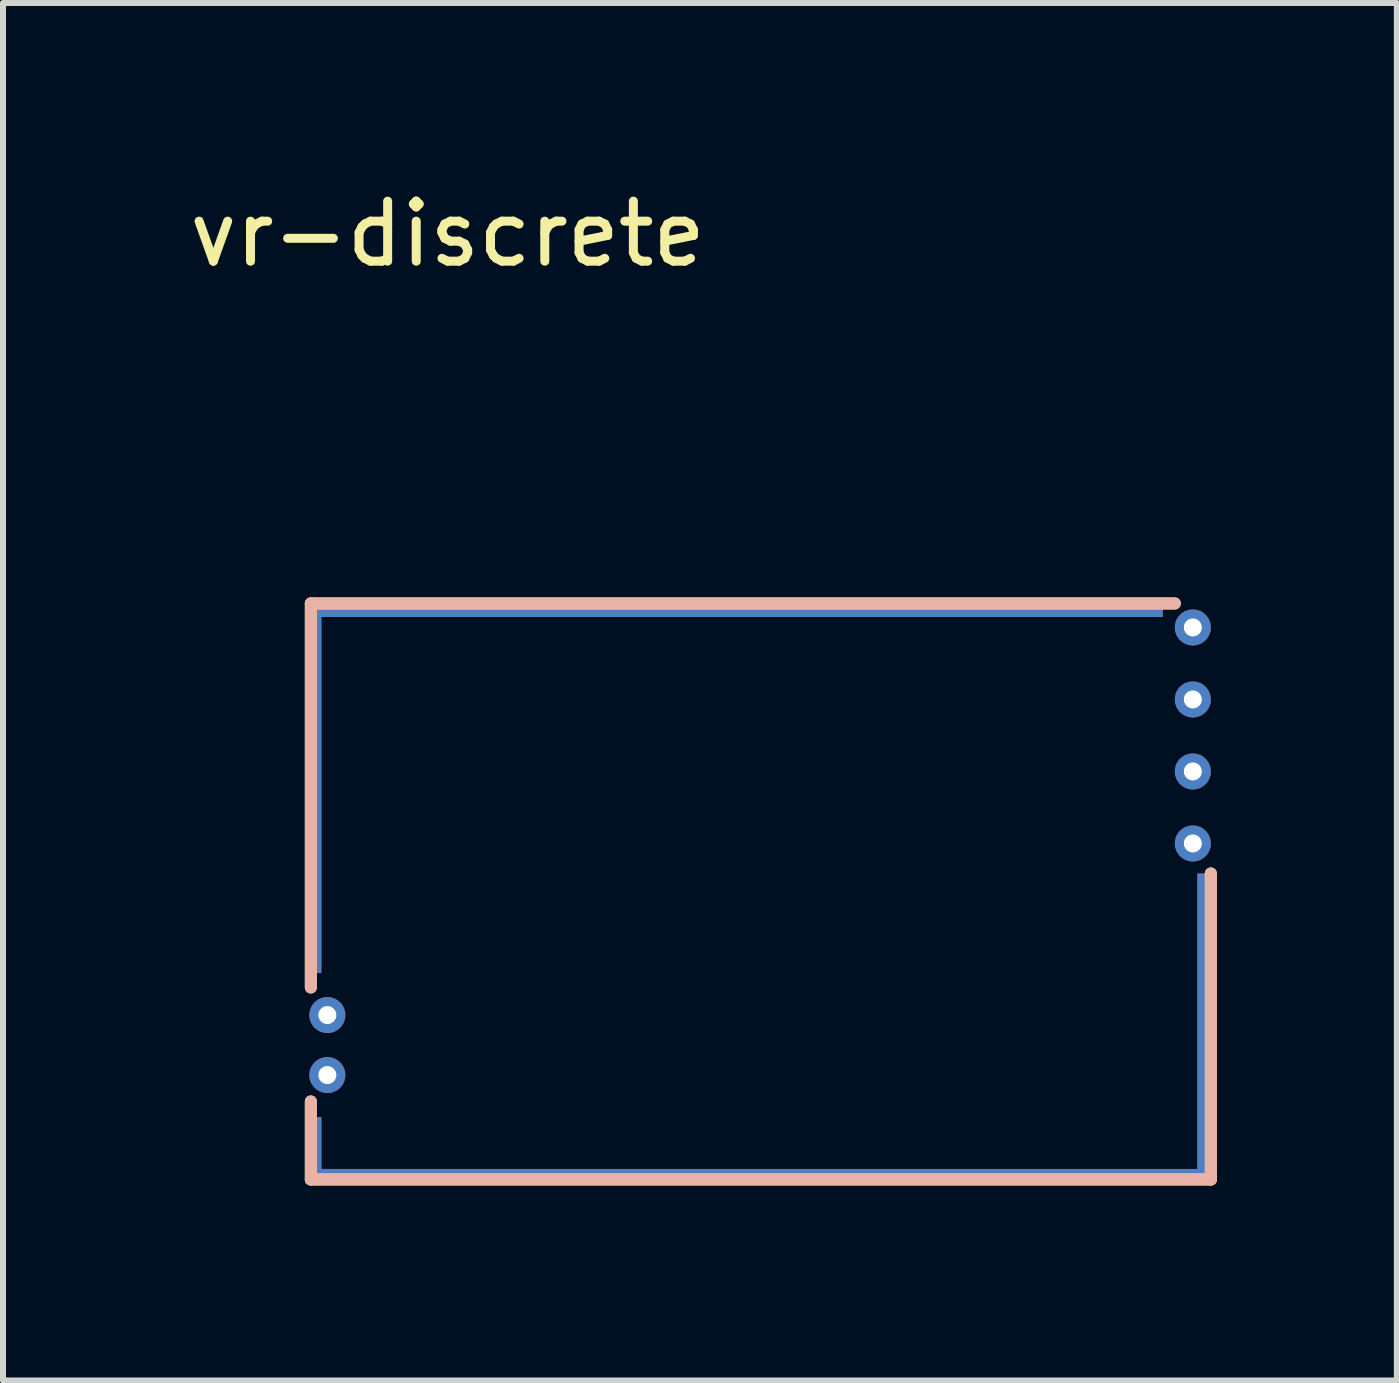
<source format=kicad_pcb>
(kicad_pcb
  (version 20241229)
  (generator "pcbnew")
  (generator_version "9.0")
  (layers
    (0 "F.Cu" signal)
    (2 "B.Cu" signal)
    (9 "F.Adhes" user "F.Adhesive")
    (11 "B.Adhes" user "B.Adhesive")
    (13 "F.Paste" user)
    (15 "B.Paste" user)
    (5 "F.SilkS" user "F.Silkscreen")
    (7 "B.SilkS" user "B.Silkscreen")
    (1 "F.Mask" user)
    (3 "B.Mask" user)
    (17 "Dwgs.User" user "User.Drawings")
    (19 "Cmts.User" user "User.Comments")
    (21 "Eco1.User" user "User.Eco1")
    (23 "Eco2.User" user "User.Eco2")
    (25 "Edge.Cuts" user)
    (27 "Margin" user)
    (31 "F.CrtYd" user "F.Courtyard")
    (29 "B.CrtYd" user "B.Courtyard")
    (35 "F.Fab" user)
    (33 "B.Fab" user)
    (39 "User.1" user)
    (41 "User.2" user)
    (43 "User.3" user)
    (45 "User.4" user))
  (footprint "vr-discrete"
    (layer "F.Cu")
    (at 2.031 16.708)
    (property "Reference" "vr-discrete" (at 2.38 -15.86 0) (unlocked yes) (layer "F.SilkS") (effects (font (size 1 1) (thickness 0.15))))
    (fp_line (start 0.1 -9.7) (end 0.1 -3.3) (stroke (width 0.2) (type solid)) (layer "F.SilkS"))
    (fp_line (start 0.1 -0.1) (end 0.1 -1.4) (stroke (width 0.2) (type solid)) (layer "F.SilkS"))
    (fp_line (start 0.1 -0.1) (end 15.1 -0.1) (stroke (width 0.2) (type solid)) (layer "F.SilkS"))
    (fp_line (start 14.5 -9.7) (end 0.1 -9.7) (stroke (width 0.2) (type solid)) (layer "F.SilkS"))
    (fp_line (start 15.1 -0.1) (end 15.1 -5.2) (stroke (width 0.2) (type solid)) (layer "F.SilkS"))
    (fp_line (start 0.1 -9.7) (end 0.1 -3.3) (stroke (width 0.2) (type solid)) (layer "B.SilkS"))
    (fp_line (start 0.1 -0.1) (end 0.1 -1.4) (stroke (width 0.2) (type solid)) (layer "B.SilkS"))
    (fp_line (start 0.1 -0.1) (end 15.1 -0.1) (stroke (width 0.2) (type solid)) (layer "B.SilkS"))
    (fp_line (start 14.5 -9.7) (end 0.1 -9.7) (stroke (width 0.2) (type solid)) (layer "B.SilkS"))
    (fp_line (start 15.1 -0.1) (end 15.1 -5.2) (stroke (width 0.2) (type solid)) (layer "B.SilkS"))
    (pad "E1" thru_hole circle (at 14.8 -6.9 180) (size 0.6 0.6) (drill 0.3) (layers "*.Cu" "*.Mask"))
    (pad "E2" thru_hole circle (at 14.8 -5.7 180) (size 0.6 0.6) (drill 0.3) (layers "*.Cu" "*.Mask"))
    (pad "E3" thru_hole circle (at 14.8 -8.1 180) (size 0.6 0.6) (drill 0.3) (layers "*.Cu" "*.Mask"))
    (pad "E4" thru_hole circle (at 14.8 -9.3 180) (size 0.6 0.6) (drill 0.3) (layers "*.Cu" "*.Mask"))
    (pad "G" smd rect (at 0.15 -6.633) (size 0.25 6.185) (layers "F.Cu"))
    (pad "G" smd rect (at 0.15 -6.633) (size 0.25 6.185) (layers "B.Cu"))
    (pad "G" smd rect (at 0.15 -6.633) (size 0.25 6.185) (layers "In1.Cu"))
    (pad "G" smd rect (at 0.15 -6.633) (size 0.25 6.185) (layers "In2.Cu"))
    (pad "G" smd rect (at 0.15 -0.583) (size 0.25 1.115) (layers "F.Cu"))
    (pad "G" smd rect (at 0.15 -0.583) (size 0.25 1.115) (layers "B.Cu"))
    (pad "G" smd rect (at 0.15 -0.583) (size 0.25 1.115) (layers "In1.Cu"))
    (pad "G" smd rect (at 0.15 -0.583) (size 0.25 1.115) (layers "In2.Cu"))
    (pad "G" smd rect (at 7.162 -9.6 90) (size 0.25 14.275) (layers "F.Cu"))
    (pad "G" smd rect (at 7.162 -9.6 90) (size 0.25 14.275) (layers "B.Cu"))
    (pad "G" smd rect (at 7.162 -9.6 90) (size 0.25 14.275) (layers "In1.Cu"))
    (pad "G" smd rect (at 7.162 -9.6 90) (size 0.25 14.275) (layers "In2.Cu"))
    (pad "G" smd rect (at 7.575 -0.15 90) (size 0.25 15.1) (layers "F.Cu"))
    (pad "G" smd rect (at 7.575 -0.15 90) (size 0.25 15.1) (layers "B.Cu"))
    (pad "G" smd rect (at 7.575 -0.15 90) (size 0.25 15.1) (layers "In1.Cu"))
    (pad "G" smd rect (at 7.575 -0.15 90) (size 0.25 15.1) (layers "In2.Cu"))
    (pad "G" smd rect (at 15 -2.612) (size 0.25 5.175) (layers "F.Cu"))
    (pad "G" smd rect (at 15 -2.612) (size 0.25 5.175) (layers "B.Cu"))
    (pad "G" smd rect (at 15 -2.612) (size 0.25 5.175) (layers "In1.Cu"))
    (pad "G" smd rect (at 15 -2.612) (size 0.25 5.175) (layers "In2.Cu"))
    (pad "W1" thru_hole circle (at 0.375 -2.84 180) (size 0.6 0.6) (drill 0.3) (layers "*.Cu" "*.Mask"))
    (pad "W2" thru_hole circle (at 0.375 -1.84 180) (size 0.6 0.6) (drill 0.3) (layers "*.Cu" "*.Mask"))
    (zone (net_name "") (layers "F.Cu" "B.Cu") (hatch edge 0.508) (connect_pads) (min_thickness 0.254) (filled_areas_thickness no) (keepout (tracks allowed) (vias allowed) (pads allowed) (copperpour not_allowed) (footprints allowed)) (placement (enabled no)) (fill) (polygon (pts (xy 17.031 16.508) (xy 2.131 16.508) (xy 2.131 7.108) (xy 17.031 7.108)))))
  (gr_rect
    (start -3 -3)
    (end 20.231 19.958)
    (stroke (width 0.1) (type default))
    (fill no)
    (layer "Edge.Cuts")))
</source>
